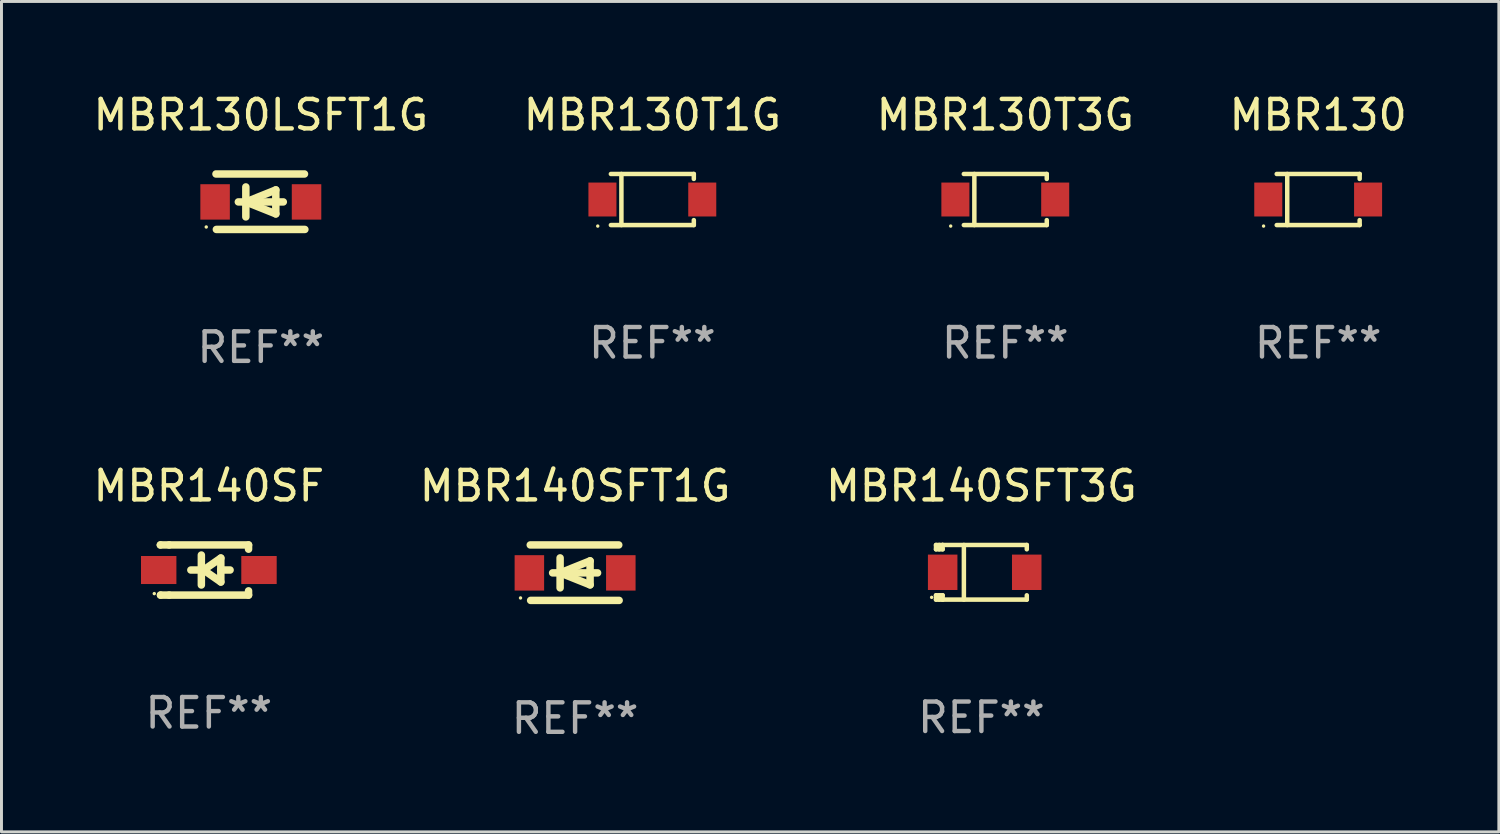
<source format=kicad_pcb>
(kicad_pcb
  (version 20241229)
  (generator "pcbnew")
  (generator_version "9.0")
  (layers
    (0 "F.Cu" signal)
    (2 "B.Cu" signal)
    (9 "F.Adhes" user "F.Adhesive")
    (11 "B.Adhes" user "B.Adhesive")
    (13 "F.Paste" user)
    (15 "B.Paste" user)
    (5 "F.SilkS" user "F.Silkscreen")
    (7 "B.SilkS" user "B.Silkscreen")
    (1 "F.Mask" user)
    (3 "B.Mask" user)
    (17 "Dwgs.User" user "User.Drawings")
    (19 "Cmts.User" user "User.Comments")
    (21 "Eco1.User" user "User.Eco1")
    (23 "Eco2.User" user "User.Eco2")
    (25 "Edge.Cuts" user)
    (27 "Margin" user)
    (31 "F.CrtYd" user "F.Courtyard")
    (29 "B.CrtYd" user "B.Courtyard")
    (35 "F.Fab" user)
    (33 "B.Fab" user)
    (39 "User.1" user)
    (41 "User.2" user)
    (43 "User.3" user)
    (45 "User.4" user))
  (footprint "MBR130"
    (layer "F.Cu")
    (at 41.637 3.714)
    (property "Reference" "MBR130" (at 0 -2.866 0) (layer "F.SilkS") (effects (font (size 1 1) (thickness 0.15))))
    (attr through_hole)
    (fp_line (start -1.406 -0.866) (end 1.406 -0.866) (stroke (width 0.152) (type solid)) (layer "F.SilkS"))
    (fp_line (start -1.406 0.866) (end 1.406 0.866) (stroke (width 0.152) (type solid)) (layer "F.SilkS"))
    (fp_line (start -1.049 -0.866) (end -1.049 0.866) (stroke (width 0.152) (type solid)) (layer "F.SilkS"))
    (fp_line (start 1.406 -0.866) (end 1.406 -0.698) (stroke (width 0.152) (type solid)) (layer "F.SilkS"))
    (fp_line (start 1.406 0.866) (end 1.406 0.698) (stroke (width 0.152) (type solid)) (layer "F.SilkS"))
    (fp_circle (center -1.851 0.9) (end -1.821 0.9) (stroke (width 0.06) (type solid)) (fill no) (layer "F.SilkS"))
    (fp_text user "REF**" (at 0 4.866 0) (layer "F.Fab") (effects (font (size 1 1) (thickness 0.15))))
    (pad "1" smd rect (at -1.692 0) (size 0.95 1.15) (layers "F.Cu" "F.Mask" "F.Paste"))
    (pad "2" smd rect (at 1.692 0) (size 0.95 1.15) (layers "F.Cu" "F.Mask" "F.Paste")))
  (footprint "MBR130T1G"
    (layer "F.Cu")
    (at 19.065 3.714)
    (property "Reference" "MBR130T1G" (at 0 -2.866 0) (layer "F.SilkS") (effects (font (size 1 1) (thickness 0.15))))
    (attr through_hole)
    (fp_line (start -1.406 -0.866) (end 1.406 -0.866) (stroke (width 0.152) (type solid)) (layer "F.SilkS"))
    (fp_line (start -1.406 0.866) (end 1.406 0.866) (stroke (width 0.152) (type solid)) (layer "F.SilkS"))
    (fp_line (start -1.049 -0.866) (end -1.049 0.866) (stroke (width 0.152) (type solid)) (layer "F.SilkS"))
    (fp_line (start 1.406 -0.866) (end 1.406 -0.698) (stroke (width 0.152) (type solid)) (layer "F.SilkS"))
    (fp_line (start 1.406 0.866) (end 1.406 0.698) (stroke (width 0.152) (type solid)) (layer "F.SilkS"))
    (fp_circle (center -1.851 0.9) (end -1.821 0.9) (stroke (width 0.06) (type solid)) (fill no) (layer "F.SilkS"))
    (fp_text user "REF**" (at 0 4.866 0) (layer "F.Fab") (effects (font (size 1 1) (thickness 0.15))))
    (pad "1" smd rect (at -1.692 0) (size 0.95 1.15) (layers "F.Cu" "F.Mask" "F.Paste"))
    (pad "2" smd rect (at 1.692 0) (size 0.95 1.15) (layers "F.Cu" "F.Mask" "F.Paste")))
  (footprint "MBR130LSFT1G"
    (layer "F.Cu")
    (at 5.792 3.788)
    (property "Reference" "MBR130LSFT1G" (at 0 -2.94 0) (layer "F.SilkS") (effects (font (size 1 1) (thickness 0.15))))
    (attr through_hole)
    (fp_line (start -1.52 -0.94) (end 1.48 -0.94) (stroke (width 0.254) (type solid)) (layer "F.SilkS"))
    (fp_line (start -1.507 0.94) (end 1.493 0.94) (stroke (width 0.254) (type solid)) (layer "F.SilkS"))
    (fp_line (start -0.762 0.007) (end 0.762 0.007) (stroke (width 0.254) (type solid)) (layer "F.SilkS"))
    (fp_line (start -0.508 -0.501) (end -0.508 0.515) (stroke (width 0.254) (type solid)) (layer "F.SilkS"))
    (fp_line (start -0.508 0.007) (end 0.508 -0.4) (stroke (width 0.254) (type solid)) (layer "F.SilkS"))
    (fp_line (start 0.508 -0.4) (end 0.508 0.413) (stroke (width 0.254) (type solid)) (layer "F.SilkS"))
    (fp_line (start 0.508 0.413) (end -0.508 0.007) (stroke (width 0.254) (type solid)) (layer "F.SilkS"))
    (fp_circle (center -1.85 0.857) (end -1.82 0.857) (stroke (width 0.06) (type solid)) (fill no) (layer "F.SilkS"))
    (fp_text user "REF**" (at 0 4.94 0) (layer "F.Fab") (effects (font (size 1 1) (thickness 0.15))))
    (pad "1" smd rect (at -1.55 0.007) (size 1 1.2) (layers "F.Cu" "F.Mask" "F.Paste"))
    (pad "2" smd rect (at 1.55 0.007) (size 1 1.2) (layers "F.Cu" "F.Mask" "F.Paste")))
  (footprint "MBR140SF"
    (layer "F.Cu")
    (at 4.03 16.274)
    (property "Reference" "MBR140SF" (at 0 -2.85 0) (layer "F.SilkS") (effects (font (size 1 1) (thickness 0.15))))
    (attr through_hole)
    (fp_line (start -1.643 -0.85) (end -1.644 -0.849) (stroke (width 0.254) (type solid)) (layer "F.SilkS"))
    (fp_line (start -1.638 0.85) (end -1.639 0.849) (stroke (width 0.254) (type solid)) (layer "F.SilkS"))
    (fp_line (start -1.346 -0.85) (end -1.643 -0.85) (stroke (width 0.254) (type solid)) (layer "F.SilkS"))
    (fp_line (start -1.346 -0.85) (end 1.346 -0.85) (stroke (width 0.254) (type solid)) (layer "F.SilkS"))
    (fp_line (start -1.346 0.85) (end -1.638 0.85) (stroke (width 0.254) (type solid)) (layer "F.SilkS"))
    (fp_line (start -0.28 0) (end -0.61 0) (stroke (width 0.254) (type solid)) (layer "F.SilkS"))
    (fp_line (start -0.254 -0.508) (end -0.254 0.508) (stroke (width 0.254) (type solid)) (layer "F.SilkS"))
    (fp_line (start -0.178 0) (end 0.406 -0.406) (stroke (width 0.254) (type solid)) (layer "F.SilkS"))
    (fp_line (start 0.406 -0.406) (end 0.406 0.406) (stroke (width 0.254) (type solid)) (layer "F.SilkS"))
    (fp_line (start 0.406 -0.000254) (end 0.72 -0.000254) (stroke (width 0.254) (type solid)) (layer "F.SilkS"))
    (fp_line (start 0.406 0.406) (end -0.178 0) (stroke (width 0.254) (type solid)) (layer "F.SilkS"))
    (fp_line (start 1.346 -0.85) (end 1.346 -0.706) (stroke (width 0.254) (type solid)) (layer "F.SilkS"))
    (fp_line (start 1.346 0.706) (end 1.346 0.85) (stroke (width 0.254) (type solid)) (layer "F.SilkS"))
    (fp_line (start 1.346 0.85) (end -1.346 0.85) (stroke (width 0.254) (type solid)) (layer "F.SilkS"))
    (fp_circle (center -1.85 0.8) (end -1.82 0.8) (stroke (width 0.06) (type solid)) (fill no) (layer "F.SilkS"))
    (fp_text user "REF**" (at 0 4.85 0) (layer "F.Fab") (effects (font (size 1 1) (thickness 0.15))))
    (pad "1" smd rect (at -1.7 0) (size 1.2 0.95) (layers "F.Cu" "F.Mask" "F.Paste"))
    (pad "2" smd rect (at 1.7 0) (size 1.2 0.95) (layers "F.Cu" "F.Mask" "F.Paste")))
  (footprint "MBR130T3G"
    (layer "F.Cu")
    (at 31.03 3.714)
    (property "Reference" "MBR130T3G" (at 0 -2.866 0) (layer "F.SilkS") (effects (font (size 1 1) (thickness 0.15))))
    (attr through_hole)
    (fp_line (start -1.406 -0.866) (end 1.406 -0.866) (stroke (width 0.152) (type solid)) (layer "F.SilkS"))
    (fp_line (start -1.406 0.866) (end 1.406 0.866) (stroke (width 0.152) (type solid)) (layer "F.SilkS"))
    (fp_line (start -1.049 -0.866) (end -1.049 0.866) (stroke (width 0.152) (type solid)) (layer "F.SilkS"))
    (fp_line (start 1.406 -0.866) (end 1.406 -0.698) (stroke (width 0.152) (type solid)) (layer "F.SilkS"))
    (fp_line (start 1.406 0.866) (end 1.406 0.698) (stroke (width 0.152) (type solid)) (layer "F.SilkS"))
    (fp_circle (center -1.851 0.9) (end -1.821 0.9) (stroke (width 0.06) (type solid)) (fill no) (layer "F.SilkS"))
    (fp_text user "REF**" (at 0 4.866 0) (layer "F.Fab") (effects (font (size 1 1) (thickness 0.15))))
    (pad "1" smd rect (at -1.692 0) (size 0.95 1.15) (layers "F.Cu" "F.Mask" "F.Paste"))
    (pad "2" smd rect (at 1.692 0) (size 0.95 1.15) (layers "F.Cu" "F.Mask" "F.Paste")))
  (footprint "MBR140SFT3G"
    (layer "F.Cu")
    (at 30.22 16.351)
    (property "Reference" "MBR140SFT3G" (at 0 -2.926 0) (layer "F.SilkS") (effects (font (size 1 1) (thickness 0.15))))
    (attr through_hole)
    (fp_line (start -1.539 -0.926) (end -1.539 -0.78) (stroke (width 0.152) (type solid)) (layer "F.SilkS"))
    (fp_line (start -1.539 0.926) (end -1.539 0.78) (stroke (width 0.152) (type solid)) (layer "F.SilkS"))
    (fp_line (start -1.429 -0.926) (end -1.429 -0.78) (stroke (width 0.152) (type solid)) (layer "F.SilkS"))
    (fp_line (start -1.429 0.78) (end -1.429 0.926) (stroke (width 0.152) (type solid)) (layer "F.SilkS"))
    (fp_line (start -1.314 -0.926) (end -1.539 -0.926) (stroke (width 0.152) (type solid)) (layer "F.SilkS"))
    (fp_line (start -1.314 -0.926) (end -1.314 -0.78) (stroke (width 0.152) (type solid)) (layer "F.SilkS"))
    (fp_line (start -1.314 -0.926) (end 1.539 -0.926) (stroke (width 0.152) (type solid)) (layer "F.SilkS"))
    (fp_line (start -1.314 -0.78) (end -1.539 -0.78) (stroke (width 0.152) (type solid)) (layer "F.SilkS"))
    (fp_line (start -1.314 0.78) (end -1.539 0.78) (stroke (width 0.152) (type solid)) (layer "F.SilkS"))
    (fp_line (start -1.314 0.78) (end -1.314 0.926) (stroke (width 0.152) (type solid)) (layer "F.SilkS"))
    (fp_line (start -1.314 0.926) (end -1.539 0.926) (stroke (width 0.152) (type solid)) (layer "F.SilkS"))
    (fp_line (start -1.314 0.926) (end 1.539 0.926) (stroke (width 0.152) (type solid)) (layer "F.SilkS"))
    (fp_line (start -0.594 -0.926) (end -0.594 0.926) (stroke (width 0.152) (type solid)) (layer "F.SilkS"))
    (fp_line (start 1.539 -0.926) (end 1.539 -0.78) (stroke (width 0.152) (type solid)) (layer "F.SilkS"))
    (fp_line (start 1.539 0.78) (end 1.539 0.926) (stroke (width 0.152) (type solid)) (layer "F.SilkS"))
    (fp_circle (center -1.687 0.85) (end -1.657 0.85) (stroke (width 0.06) (type solid)) (fill no) (layer "F.SilkS"))
    (fp_text user "REF**" (at 0 4.926 0) (layer "F.Fab") (effects (font (size 1 1) (thickness 0.15))))
    (pad "1" smd rect (at -1.313 -0.000013) (size 1 1.2) (layers "F.Cu" "F.Mask" "F.Paste"))
    (pad "2" smd rect (at 1.537 -0.000013) (size 1 1.2) (layers "F.Cu" "F.Mask" "F.Paste")))
  (footprint "MBR140SFT1G"
    (layer "F.Cu")
    (at 16.446 16.364)
    (property "Reference" "MBR140SFT1G" (at 0 -2.94 0) (layer "F.SilkS") (effects (font (size 1 1) (thickness 0.15))))
    (attr through_hole)
    (fp_line (start -1.52 -0.94) (end 1.48 -0.94) (stroke (width 0.254) (type solid)) (layer "F.SilkS"))
    (fp_line (start -1.507 0.94) (end 1.493 0.94) (stroke (width 0.254) (type solid)) (layer "F.SilkS"))
    (fp_line (start -0.762 0.007) (end 0.762 0.007) (stroke (width 0.254) (type solid)) (layer "F.SilkS"))
    (fp_line (start -0.508 -0.501) (end -0.508 0.515) (stroke (width 0.254) (type solid)) (layer "F.SilkS"))
    (fp_line (start -0.508 0.007) (end 0.508 -0.4) (stroke (width 0.254) (type solid)) (layer "F.SilkS"))
    (fp_line (start 0.508 -0.4) (end 0.508 0.413) (stroke (width 0.254) (type solid)) (layer "F.SilkS"))
    (fp_line (start 0.508 0.413) (end -0.508 0.007) (stroke (width 0.254) (type solid)) (layer "F.SilkS"))
    (fp_circle (center -1.85 0.857) (end -1.82 0.857) (stroke (width 0.06) (type solid)) (fill no) (layer "F.SilkS"))
    (fp_text user "REF**" (at 0 4.94 0) (layer "F.Fab") (effects (font (size 1 1) (thickness 0.15))))
    (pad "1" smd rect (at -1.55 0.007) (size 1 1.2) (layers "F.Cu" "F.Mask" "F.Paste"))
    (pad "2" smd rect (at 1.55 0.007) (size 1 1.2) (layers "F.Cu" "F.Mask" "F.Paste")))
  (gr_rect
    (start -3 -3)
    (end 47.762 25.152)
    (stroke (width 0.1) (type default))
    (fill no)
    (layer "Edge.Cuts")))
</source>
